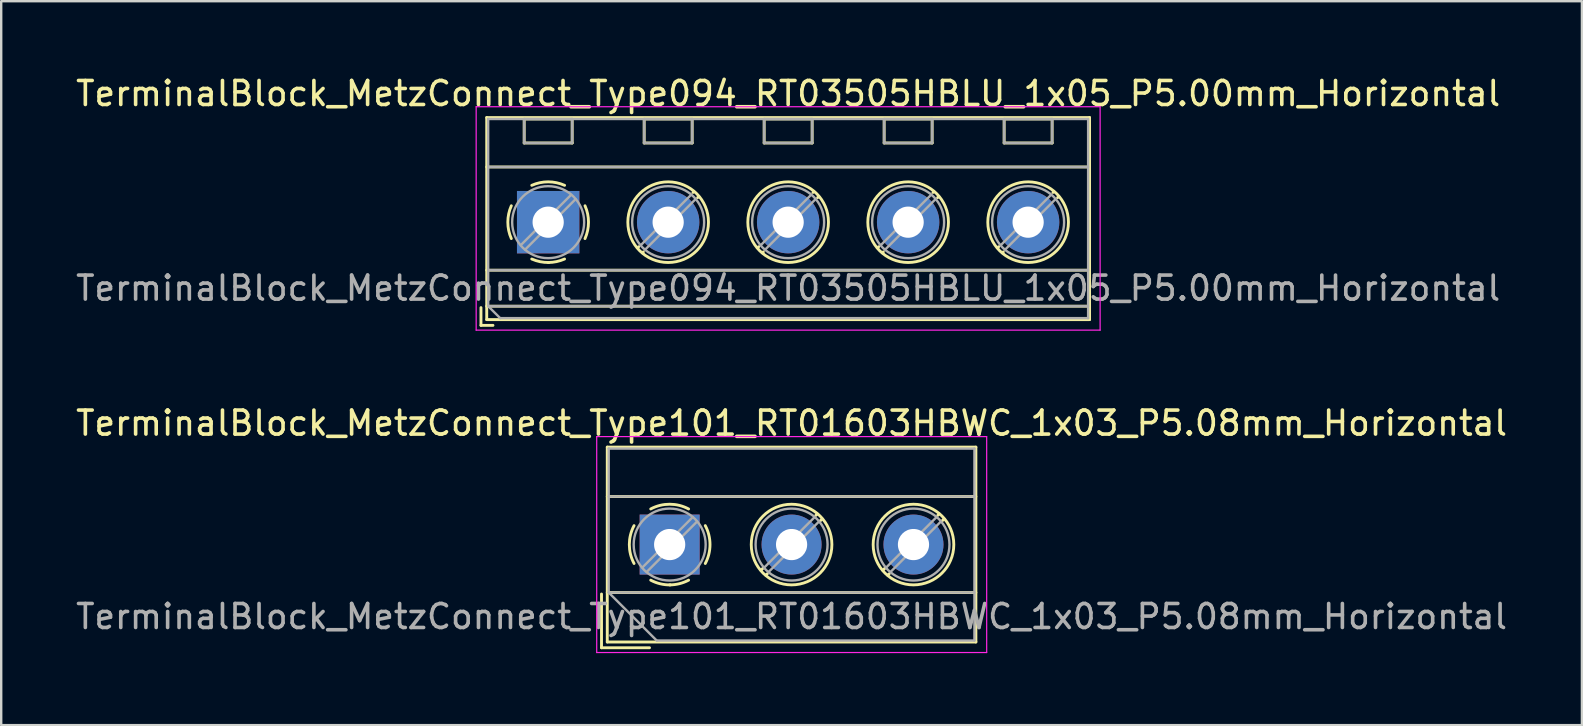
<source format=kicad_pcb>
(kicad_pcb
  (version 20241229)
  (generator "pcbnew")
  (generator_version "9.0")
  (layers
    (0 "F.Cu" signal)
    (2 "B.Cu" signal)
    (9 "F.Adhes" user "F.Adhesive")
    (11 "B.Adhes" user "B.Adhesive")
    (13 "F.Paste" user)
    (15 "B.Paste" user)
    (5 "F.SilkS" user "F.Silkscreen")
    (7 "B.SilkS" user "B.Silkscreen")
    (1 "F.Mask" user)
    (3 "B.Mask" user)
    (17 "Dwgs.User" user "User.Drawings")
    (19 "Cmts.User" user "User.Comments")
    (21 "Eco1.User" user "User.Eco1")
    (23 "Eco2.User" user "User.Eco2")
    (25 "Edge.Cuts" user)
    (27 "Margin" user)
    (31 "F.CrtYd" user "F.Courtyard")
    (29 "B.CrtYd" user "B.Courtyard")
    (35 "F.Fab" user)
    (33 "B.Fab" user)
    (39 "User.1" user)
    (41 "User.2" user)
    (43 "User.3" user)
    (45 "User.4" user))
  (footprint "TerminalBlock_MetzConnect_Type101_RT01603HBWC_1x03_P5.08mm_Horizontal"
    (layer "F.Cu")
    (at 24.855 19.642)
    (property "Reference" "TerminalBlock_MetzConnect_Type101_RT01603HBWC_1x03_P5.08mm_Horizontal" (at 5.08 -5.06 0) (layer "F.SilkS") (effects (font (size 1 1) (thickness 0.15))))
    (attr through_hole)
    (fp_line (start -2.84 2.06) (end -2.84 4.3) (stroke (width 0.12) (type solid)) (layer "F.SilkS"))
    (fp_line (start -2.84 4.3) (end -0.84 4.3) (stroke (width 0.12) (type solid)) (layer "F.SilkS"))
    (fp_line (start -2.6 -4.06) (end -2.6 4.06) (stroke (width 0.12) (type solid)) (layer "F.SilkS"))
    (fp_line (start -2.6 -4.06) (end 12.76 -4.06) (stroke (width 0.12) (type solid)) (layer "F.SilkS"))
    (fp_line (start -2.6 -2) (end 12.76 -2) (stroke (width 0.12) (type solid)) (layer "F.SilkS"))
    (fp_line (start -2.6 2) (end 12.76 2) (stroke (width 0.12) (type solid)) (layer "F.SilkS"))
    (fp_line (start -2.6 4.06) (end 12.76 4.06) (stroke (width 0.12) (type solid)) (layer "F.SilkS"))
    (fp_line (start 3.9 0.976) (end 3.806 1.069) (stroke (width 0.12) (type solid)) (layer "F.SilkS"))
    (fp_line (start 4.07 1.216) (end 4.011 1.274) (stroke (width 0.12) (type solid)) (layer "F.SilkS"))
    (fp_line (start 6.15 -1.275) (end 6.091 -1.216) (stroke (width 0.12) (type solid)) (layer "F.SilkS"))
    (fp_line (start 6.355 -1.069) (end 6.261 -0.976) (stroke (width 0.12) (type solid)) (layer "F.SilkS"))
    (fp_line (start 8.98 0.976) (end 8.886 1.069) (stroke (width 0.12) (type solid)) (layer "F.SilkS"))
    (fp_line (start 9.15 1.216) (end 9.091 1.274) (stroke (width 0.12) (type solid)) (layer "F.SilkS"))
    (fp_line (start 11.23 -1.275) (end 11.171 -1.216) (stroke (width 0.12) (type solid)) (layer "F.SilkS"))
    (fp_line (start 11.435 -1.069) (end 11.341 -0.976) (stroke (width 0.12) (type solid)) (layer "F.SilkS"))
    (fp_line (start 12.76 -4.06) (end 12.76 4.06) (stroke (width 0.12) (type solid)) (layer "F.SilkS"))
    (fp_arc (start -1.483953 0.789089) (mid -1.680708 0.00005) (end -1.484 -0.789) (stroke (width 0.12) (type solid)) (layer "F.SilkS"))
    (fp_arc (start -0.789089 -1.483953) (mid -0.00005 -1.680708) (end 0.789 -1.484) (stroke (width 0.12) (type solid)) (layer "F.SilkS"))
    (fp_arc (start 0.029383 1.68045) (mid -0.392304 1.634281) (end -0.789 1.484) (stroke (width 0.12) (type solid)) (layer "F.SilkS"))
    (fp_arc (start 0.788712 1.483352) (mid 0.406429 1.630097) (end 0 1.68) (stroke (width 0.12) (type solid)) (layer "F.SilkS"))
    (fp_arc (start 1.483953 -0.789089) (mid 1.680708 -0.00005) (end 1.484 0.789) (stroke (width 0.12) (type solid)) (layer "F.SilkS"))
    (fp_circle (center 5.08 0) (end 6.76 0) (stroke (width 0.12) (type solid)) (fill no) (layer "F.SilkS"))
    (fp_circle (center 10.16 0) (end 11.84 0) (stroke (width 0.12) (type solid)) (fill no) (layer "F.SilkS"))
    (fp_line (start -3.04 -4.5) (end -3.04 4.5) (stroke (width 0.05) (type solid)) (layer "F.CrtYd"))
    (fp_line (start -3.04 4.5) (end 13.21 4.5) (stroke (width 0.05) (type solid)) (layer "F.CrtYd"))
    (fp_line (start 13.21 -4.5) (end -3.04 -4.5) (stroke (width 0.05) (type solid)) (layer "F.CrtYd"))
    (fp_line (start 13.21 4.5) (end 13.21 -4.5) (stroke (width 0.05) (type solid)) (layer "F.CrtYd"))
    (fp_line (start -2.54 -4) (end 12.7 -4) (stroke (width 0.1) (type solid)) (layer "F.Fab"))
    (fp_line (start -2.54 -2) (end 12.7 -2) (stroke (width 0.1) (type solid)) (layer "F.Fab"))
    (fp_line (start -2.54 2) (end -2.54 -4) (stroke (width 0.1) (type solid)) (layer "F.Fab"))
    (fp_line (start -2.54 2) (end 12.7 2) (stroke (width 0.1) (type solid)) (layer "F.Fab"))
    (fp_line (start -0.54 4) (end -2.54 2) (stroke (width 0.1) (type solid)) (layer "F.Fab"))
    (fp_line (start 0.955 -1.138) (end -1.138 0.955) (stroke (width 0.1) (type solid)) (layer "F.Fab"))
    (fp_line (start 1.138 -0.955) (end -0.955 1.138) (stroke (width 0.1) (type solid)) (layer "F.Fab"))
    (fp_line (start 6.035 -1.138) (end 3.943 0.955) (stroke (width 0.1) (type solid)) (layer "F.Fab"))
    (fp_line (start 6.218 -0.955) (end 4.126 1.138) (stroke (width 0.1) (type solid)) (layer "F.Fab"))
    (fp_line (start 11.115 -1.138) (end 9.023 0.955) (stroke (width 0.1) (type solid)) (layer "F.Fab"))
    (fp_line (start 11.298 -0.955) (end 9.206 1.138) (stroke (width 0.1) (type solid)) (layer "F.Fab"))
    (fp_line (start 12.7 -4) (end 12.7 4) (stroke (width 0.1) (type solid)) (layer "F.Fab"))
    (fp_line (start 12.7 4) (end -0.54 4) (stroke (width 0.1) (type solid)) (layer "F.Fab"))
    (fp_circle (center 0 0) (end 1.5 0) (stroke (width 0.1) (type solid)) (fill no) (layer "F.Fab"))
    (fp_circle (center 5.08 0) (end 6.58 0) (stroke (width 0.1) (type solid)) (fill no) (layer "F.Fab"))
    (fp_circle (center 10.16 0) (end 11.66 0) (stroke (width 0.1) (type solid)) (fill no) (layer "F.Fab"))
    (fp_text user "${REFERENCE}" (at 5.08 3 0) (layer "F.Fab") (effects (font (size 1 1) (thickness 0.15))))
    (pad "1" thru_hole rect (at 0 0) (size 2.5 2.5) (drill 1.3) (layers "*.Cu" "*.Mask"))
    (pad "2" thru_hole circle (at 5.08 0) (size 2.5 2.5) (drill 1.3) (layers "*.Cu" "*.Mask"))
    (pad "3" thru_hole circle (at 10.16 0) (size 2.5 2.5) (drill 1.3) (layers "*.Cu" "*.Mask")))
  (footprint "TerminalBlock_MetzConnect_Type094_RT03505HBLU_1x05_P5.00mm_Horizontal"
    (layer "F.Cu")
    (at 19.792 6.208)
    (property "Reference" "TerminalBlock_MetzConnect_Type094_RT03505HBLU_1x05_P5.00mm_Horizontal" (at 10 -5.36 0) (layer "F.SilkS") (effects (font (size 1 1) (thickness 0.15))))
    (attr through_hole)
    (fp_line (start -2.8 3.56) (end -2.8 4.3) (stroke (width 0.12) (type solid)) (layer "F.SilkS"))
    (fp_line (start -2.8 4.3) (end -2.3 4.3) (stroke (width 0.12) (type solid)) (layer "F.SilkS"))
    (fp_line (start -2.56 -4.36) (end -2.56 4.06) (stroke (width 0.12) (type solid)) (layer "F.SilkS"))
    (fp_line (start -2.56 -4.36) (end 22.56 -4.36) (stroke (width 0.12) (type solid)) (layer "F.SilkS"))
    (fp_line (start -2.56 -2.301) (end 22.56 -2.301) (stroke (width 0.12) (type solid)) (layer "F.SilkS"))
    (fp_line (start -2.56 2) (end 22.56 2) (stroke (width 0.12) (type solid)) (layer "F.SilkS"))
    (fp_line (start -2.56 3.5) (end 22.56 3.5) (stroke (width 0.12) (type solid)) (layer "F.SilkS"))
    (fp_line (start -2.56 4.06) (end 22.56 4.06) (stroke (width 0.12) (type solid)) (layer "F.SilkS"))
    (fp_line (start -1 -4.3) (end -1 -3.3) (stroke (width 0.12) (type solid)) (layer "F.SilkS"))
    (fp_line (start -1 -4.3) (end 1 -4.3) (stroke (width 0.12) (type solid)) (layer "F.SilkS"))
    (fp_line (start -1 -3.3) (end 1 -3.3) (stroke (width 0.12) (type solid)) (layer "F.SilkS"))
    (fp_line (start 1 -4.3) (end 1 -3.3) (stroke (width 0.12) (type solid)) (layer "F.SilkS"))
    (fp_line (start 3.773 1.023) (end 3.726 1.069) (stroke (width 0.12) (type solid)) (layer "F.SilkS"))
    (fp_line (start 3.966 1.239) (end 3.931 1.274) (stroke (width 0.12) (type solid)) (layer "F.SilkS"))
    (fp_line (start 4 -4.3) (end 4 -3.3) (stroke (width 0.12) (type solid)) (layer "F.SilkS"))
    (fp_line (start 4 -4.3) (end 6 -4.3) (stroke (width 0.12) (type solid)) (layer "F.SilkS"))
    (fp_line (start 4 -3.3) (end 6 -3.3) (stroke (width 0.12) (type solid)) (layer "F.SilkS"))
    (fp_line (start 6 -4.3) (end 6 -3.3) (stroke (width 0.12) (type solid)) (layer "F.SilkS"))
    (fp_line (start 6.07 -1.275) (end 6.035 -1.239) (stroke (width 0.12) (type solid)) (layer "F.SilkS"))
    (fp_line (start 6.275 -1.069) (end 6.228 -1.023) (stroke (width 0.12) (type solid)) (layer "F.SilkS"))
    (fp_line (start 8.773 1.023) (end 8.726 1.069) (stroke (width 0.12) (type solid)) (layer "F.SilkS"))
    (fp_line (start 8.966 1.239) (end 8.931 1.274) (stroke (width 0.12) (type solid)) (layer "F.SilkS"))
    (fp_line (start 9 -4.3) (end 9 -3.3) (stroke (width 0.12) (type solid)) (layer "F.SilkS"))
    (fp_line (start 9 -4.3) (end 11 -4.3) (stroke (width 0.12) (type solid)) (layer "F.SilkS"))
    (fp_line (start 9 -3.3) (end 11 -3.3) (stroke (width 0.12) (type solid)) (layer "F.SilkS"))
    (fp_line (start 11 -4.3) (end 11 -3.3) (stroke (width 0.12) (type solid)) (layer "F.SilkS"))
    (fp_line (start 11.07 -1.275) (end 11.035 -1.239) (stroke (width 0.12) (type solid)) (layer "F.SilkS"))
    (fp_line (start 11.275 -1.069) (end 11.228 -1.023) (stroke (width 0.12) (type solid)) (layer "F.SilkS"))
    (fp_line (start 13.773 1.023) (end 13.726 1.069) (stroke (width 0.12) (type solid)) (layer "F.SilkS"))
    (fp_line (start 13.966 1.239) (end 13.931 1.274) (stroke (width 0.12) (type solid)) (layer "F.SilkS"))
    (fp_line (start 14 -4.3) (end 14 -3.3) (stroke (width 0.12) (type solid)) (layer "F.SilkS"))
    (fp_line (start 14 -4.3) (end 16 -4.3) (stroke (width 0.12) (type solid)) (layer "F.SilkS"))
    (fp_line (start 14 -3.3) (end 16 -3.3) (stroke (width 0.12) (type solid)) (layer "F.SilkS"))
    (fp_line (start 16 -4.3) (end 16 -3.3) (stroke (width 0.12) (type solid)) (layer "F.SilkS"))
    (fp_line (start 16.07 -1.275) (end 16.035 -1.239) (stroke (width 0.12) (type solid)) (layer "F.SilkS"))
    (fp_line (start 16.275 -1.069) (end 16.228 -1.023) (stroke (width 0.12) (type solid)) (layer "F.SilkS"))
    (fp_line (start 18.773 1.023) (end 18.726 1.069) (stroke (width 0.12) (type solid)) (layer "F.SilkS"))
    (fp_line (start 18.966 1.239) (end 18.931 1.274) (stroke (width 0.12) (type solid)) (layer "F.SilkS"))
    (fp_line (start 19 -4.3) (end 19 -3.3) (stroke (width 0.12) (type solid)) (layer "F.SilkS"))
    (fp_line (start 19 -4.3) (end 21 -4.3) (stroke (width 0.12) (type solid)) (layer "F.SilkS"))
    (fp_line (start 19 -3.3) (end 21 -3.3) (stroke (width 0.12) (type solid)) (layer "F.SilkS"))
    (fp_line (start 21 -4.3) (end 21 -3.3) (stroke (width 0.12) (type solid)) (layer "F.SilkS"))
    (fp_line (start 21.07 -1.275) (end 21.035 -1.239) (stroke (width 0.12) (type solid)) (layer "F.SilkS"))
    (fp_line (start 21.275 -1.069) (end 21.228 -1.023) (stroke (width 0.12) (type solid)) (layer "F.SilkS"))
    (fp_line (start 22.56 -4.36) (end 22.56 4.06) (stroke (width 0.12) (type solid)) (layer "F.SilkS"))
    (fp_arc (start -1.535427 0.683042) (mid -1.680501 -0.000524) (end -1.535 -0.684) (stroke (width 0.12) (type solid)) (layer "F.SilkS"))
    (fp_arc (start -0.683042 -1.535427) (mid 0.000524 -1.680501) (end 0.684 -1.535) (stroke (width 0.12) (type solid)) (layer "F.SilkS"))
    (fp_arc (start 0.028805 1.680253) (mid -0.335551 1.646659) (end -0.684 1.535) (stroke (width 0.12) (type solid)) (layer "F.SilkS"))
    (fp_arc (start 0.683318 1.534756) (mid 0.349292 1.643288) (end 0 1.68) (stroke (width 0.12) (type solid)) (layer "F.SilkS"))
    (fp_arc (start 1.535427 -0.683042) (mid 1.680501 0.000524) (end 1.535 0.684) (stroke (width 0.12) (type solid)) (layer "F.SilkS"))
    (fp_circle (center 5 0) (end 6.68 0) (stroke (width 0.12) (type solid)) (fill no) (layer "F.SilkS"))
    (fp_circle (center 10 0) (end 11.68 0) (stroke (width 0.12) (type solid)) (fill no) (layer "F.SilkS"))
    (fp_circle (center 15 0) (end 16.68 0) (stroke (width 0.12) (type solid)) (fill no) (layer "F.SilkS"))
    (fp_circle (center 20 0) (end 21.68 0) (stroke (width 0.12) (type solid)) (fill no) (layer "F.SilkS"))
    (fp_line (start -3 -4.81) (end -3 4.5) (stroke (width 0.05) (type solid)) (layer "F.CrtYd"))
    (fp_line (start -3 4.5) (end 23 4.5) (stroke (width 0.05) (type solid)) (layer "F.CrtYd"))
    (fp_line (start 23 -4.81) (end -3 -4.81) (stroke (width 0.05) (type solid)) (layer "F.CrtYd"))
    (fp_line (start 23 4.5) (end 23 -4.81) (stroke (width 0.05) (type solid)) (layer "F.CrtYd"))
    (fp_line (start -2.5 -4.3) (end 22.5 -4.3) (stroke (width 0.1) (type solid)) (layer "F.Fab"))
    (fp_line (start -2.5 -2.3) (end 22.5 -2.3) (stroke (width 0.1) (type solid)) (layer "F.Fab"))
    (fp_line (start -2.5 2) (end 22.5 2) (stroke (width 0.1) (type solid)) (layer "F.Fab"))
    (fp_line (start -2.5 3.5) (end -2.5 -4.3) (stroke (width 0.1) (type solid)) (layer "F.Fab"))
    (fp_line (start -2.5 3.5) (end 22.5 3.5) (stroke (width 0.1) (type solid)) (layer "F.Fab"))
    (fp_line (start -2 4) (end -2.5 3.5) (stroke (width 0.1) (type solid)) (layer "F.Fab"))
    (fp_line (start -1 -4.3) (end -1 -3.3) (stroke (width 0.1) (type solid)) (layer "F.Fab"))
    (fp_line (start -1 -3.3) (end 1 -3.3) (stroke (width 0.1) (type solid)) (layer "F.Fab"))
    (fp_line (start 0.955 -1.138) (end -1.138 0.955) (stroke (width 0.1) (type solid)) (layer "F.Fab"))
    (fp_line (start 1 -4.3) (end -1 -4.3) (stroke (width 0.1) (type solid)) (layer "F.Fab"))
    (fp_line (start 1 -3.3) (end 1 -4.3) (stroke (width 0.1) (type solid)) (layer "F.Fab"))
    (fp_line (start 1.138 -0.955) (end -0.955 1.138) (stroke (width 0.1) (type solid)) (layer "F.Fab"))
    (fp_line (start 4 -4.3) (end 4 -3.3) (stroke (width 0.1) (type solid)) (layer "F.Fab"))
    (fp_line (start 4 -3.3) (end 6 -3.3) (stroke (width 0.1) (type solid)) (layer "F.Fab"))
    (fp_line (start 5.955 -1.138) (end 3.863 0.955) (stroke (width 0.1) (type solid)) (layer "F.Fab"))
    (fp_line (start 6 -4.3) (end 4 -4.3) (stroke (width 0.1) (type solid)) (layer "F.Fab"))
    (fp_line (start 6 -3.3) (end 6 -4.3) (stroke (width 0.1) (type solid)) (layer "F.Fab"))
    (fp_line (start 6.138 -0.955) (end 4.046 1.138) (stroke (width 0.1) (type solid)) (layer "F.Fab"))
    (fp_line (start 9 -4.3) (end 9 -3.3) (stroke (width 0.1) (type solid)) (layer "F.Fab"))
    (fp_line (start 9 -3.3) (end 11 -3.3) (stroke (width 0.1) (type solid)) (layer "F.Fab"))
    (fp_line (start 10.955 -1.138) (end 8.863 0.955) (stroke (width 0.1) (type solid)) (layer "F.Fab"))
    (fp_line (start 11 -4.3) (end 9 -4.3) (stroke (width 0.1) (type solid)) (layer "F.Fab"))
    (fp_line (start 11 -3.3) (end 11 -4.3) (stroke (width 0.1) (type solid)) (layer "F.Fab"))
    (fp_line (start 11.138 -0.955) (end 9.046 1.138) (stroke (width 0.1) (type solid)) (layer "F.Fab"))
    (fp_line (start 14 -4.3) (end 14 -3.3) (stroke (width 0.1) (type solid)) (layer "F.Fab"))
    (fp_line (start 14 -3.3) (end 16 -3.3) (stroke (width 0.1) (type solid)) (layer "F.Fab"))
    (fp_line (start 15.955 -1.138) (end 13.863 0.955) (stroke (width 0.1) (type solid)) (layer "F.Fab"))
    (fp_line (start 16 -4.3) (end 14 -4.3) (stroke (width 0.1) (type solid)) (layer "F.Fab"))
    (fp_line (start 16 -3.3) (end 16 -4.3) (stroke (width 0.1) (type solid)) (layer "F.Fab"))
    (fp_line (start 16.138 -0.955) (end 14.046 1.138) (stroke (width 0.1) (type solid)) (layer "F.Fab"))
    (fp_line (start 19 -4.3) (end 19 -3.3) (stroke (width 0.1) (type solid)) (layer "F.Fab"))
    (fp_line (start 19 -3.3) (end 21 -3.3) (stroke (width 0.1) (type solid)) (layer "F.Fab"))
    (fp_line (start 20.955 -1.138) (end 18.863 0.955) (stroke (width 0.1) (type solid)) (layer "F.Fab"))
    (fp_line (start 21 -4.3) (end 19 -4.3) (stroke (width 0.1) (type solid)) (layer "F.Fab"))
    (fp_line (start 21 -3.3) (end 21 -4.3) (stroke (width 0.1) (type solid)) (layer "F.Fab"))
    (fp_line (start 21.138 -0.955) (end 19.046 1.138) (stroke (width 0.1) (type solid)) (layer "F.Fab"))
    (fp_line (start 22.5 -4.3) (end 22.5 4) (stroke (width 0.1) (type solid)) (layer "F.Fab"))
    (fp_line (start 22.5 4) (end -2 4) (stroke (width 0.1) (type solid)) (layer "F.Fab"))
    (fp_circle (center 0 0) (end 1.5 0) (stroke (width 0.1) (type solid)) (fill no) (layer "F.Fab"))
    (fp_circle (center 5 0) (end 6.5 0) (stroke (width 0.1) (type solid)) (fill no) (layer "F.Fab"))
    (fp_circle (center 10 0) (end 11.5 0) (stroke (width 0.1) (type solid)) (fill no) (layer "F.Fab"))
    (fp_circle (center 15 0) (end 16.5 0) (stroke (width 0.1) (type solid)) (fill no) (layer "F.Fab"))
    (fp_circle (center 20 0) (end 21.5 0) (stroke (width 0.1) (type solid)) (fill no) (layer "F.Fab"))
    (fp_text user "${REFERENCE}" (at 10 2.75 0) (layer "F.Fab") (effects (font (size 1 1) (thickness 0.15))))
    (pad "1" thru_hole rect (at 0 0) (size 2.6 2.6) (drill 1.3) (layers "*.Cu" "*.Mask"))
    (pad "2" thru_hole circle (at 5 0) (size 2.6 2.6) (drill 1.3) (layers "*.Cu" "*.Mask"))
    (pad "3" thru_hole circle (at 10 0) (size 2.6 2.6) (drill 1.3) (layers "*.Cu" "*.Mask"))
    (pad "4" thru_hole circle (at 15 0) (size 2.6 2.6) (drill 1.3) (layers "*.Cu" "*.Mask"))
    (pad "5" thru_hole circle (at 20 0) (size 2.6 2.6) (drill 1.3) (layers "*.Cu" "*.Mask")))
  (gr_rect
    (start -3 -3)
    (end 62.869 27.166)
    (stroke (width 0.1) (type default))
    (fill no)
    (layer "Edge.Cuts")))
</source>
